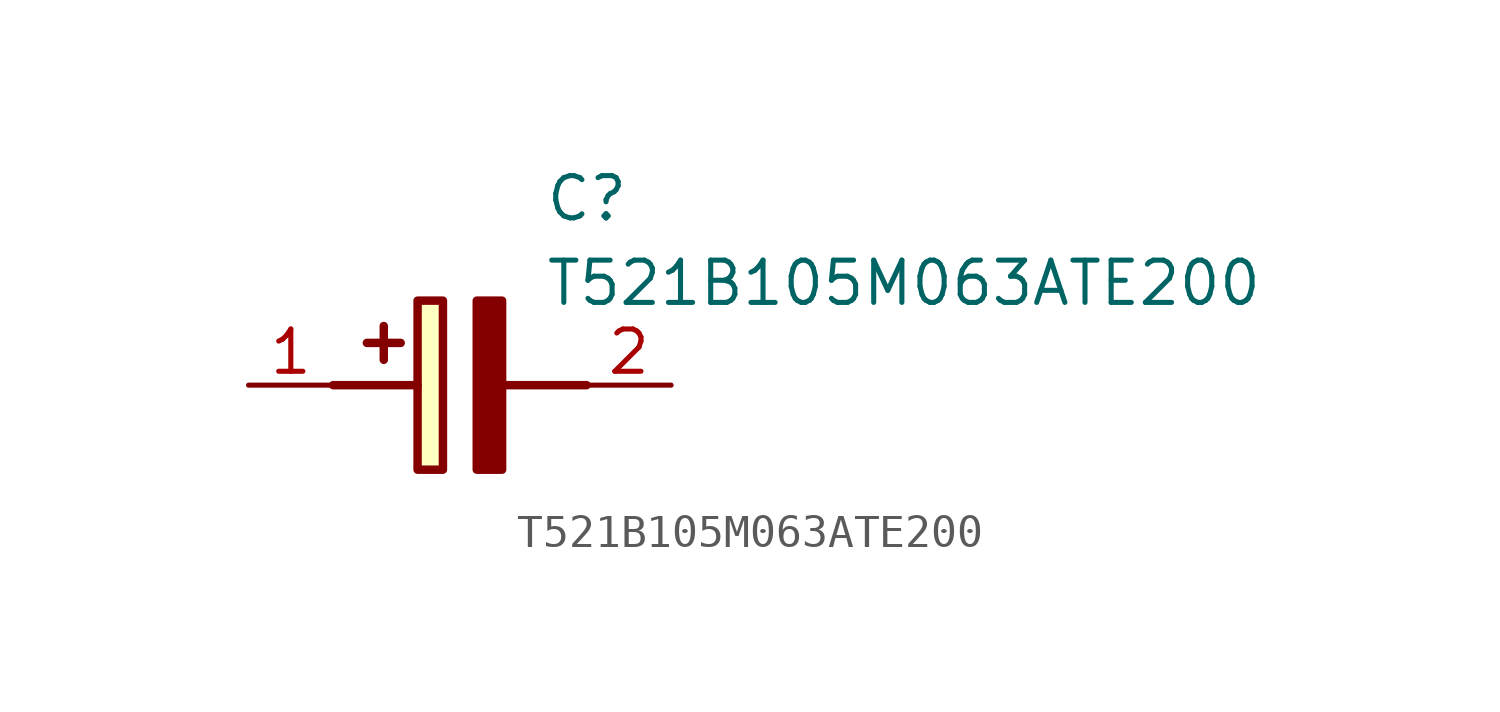
<source format=kicad_sym>
(kicad_symbol_lib
  (version 20211014)
  (generator SamacSys_ECAD_Model)
  (symbol "T521B105M063ATE200"
    (pin_names hide)
    (property "Reference" "C"
      (at 8.89 6.35 0)
      (effects (font (size 1.27 1.27)) (justify left top)))
    (property "Value" "T521B105M063ATE200"
      (at 8.89 3.81 0)
      (effects (font (size 1.27 1.27)) (justify left top)))
    (rectangle
      (start 5.08 2.54)
      (end 5.842 -2.54)
      (stroke (width 0.254) (type default))
      (fill (type background)))
    (polyline
      (pts (xy 4.572 1.27) (xy 3.556 1.27))
      (stroke (width 0.254) (type default))
      (fill (type none)))
    (polyline
      (pts (xy 4.064 1.778) (xy 4.064 0.762))
      (stroke (width 0.254) (type default))
      (fill (type none)))
    (polyline
      (pts (xy 2.54 0) (xy 5.08 0))
      (stroke (width 0.254) (type default))
      (fill (type none)))
    (polyline
      (pts (xy 7.62 0) (xy 10.16 0))
      (stroke (width 0.254) (type default))
      (fill (type none)))
    (polyline
      (pts (xy 7.62 2.54) (xy 7.62 -2.54) (xy 6.858 -2.54) (xy 6.858 2.54) (xy 7.62 2.54))
      (stroke (width 0.254) (type default))
      (fill (type outline)))
    (pin passive line
      (at 0 0 0)
      (length 2.54)
      (name "+" (effects (font (size 1.27 1.27))))
      (number "1" (effects (font (size 1.27 1.27)))))
    (pin passive line
      (at 12.7 0 180)
      (length 2.54)
      (name "-" (effects (font (size 1.27 1.27))))
      (number "2" (effects (font (size 1.27 1.27)))))))
</source>
